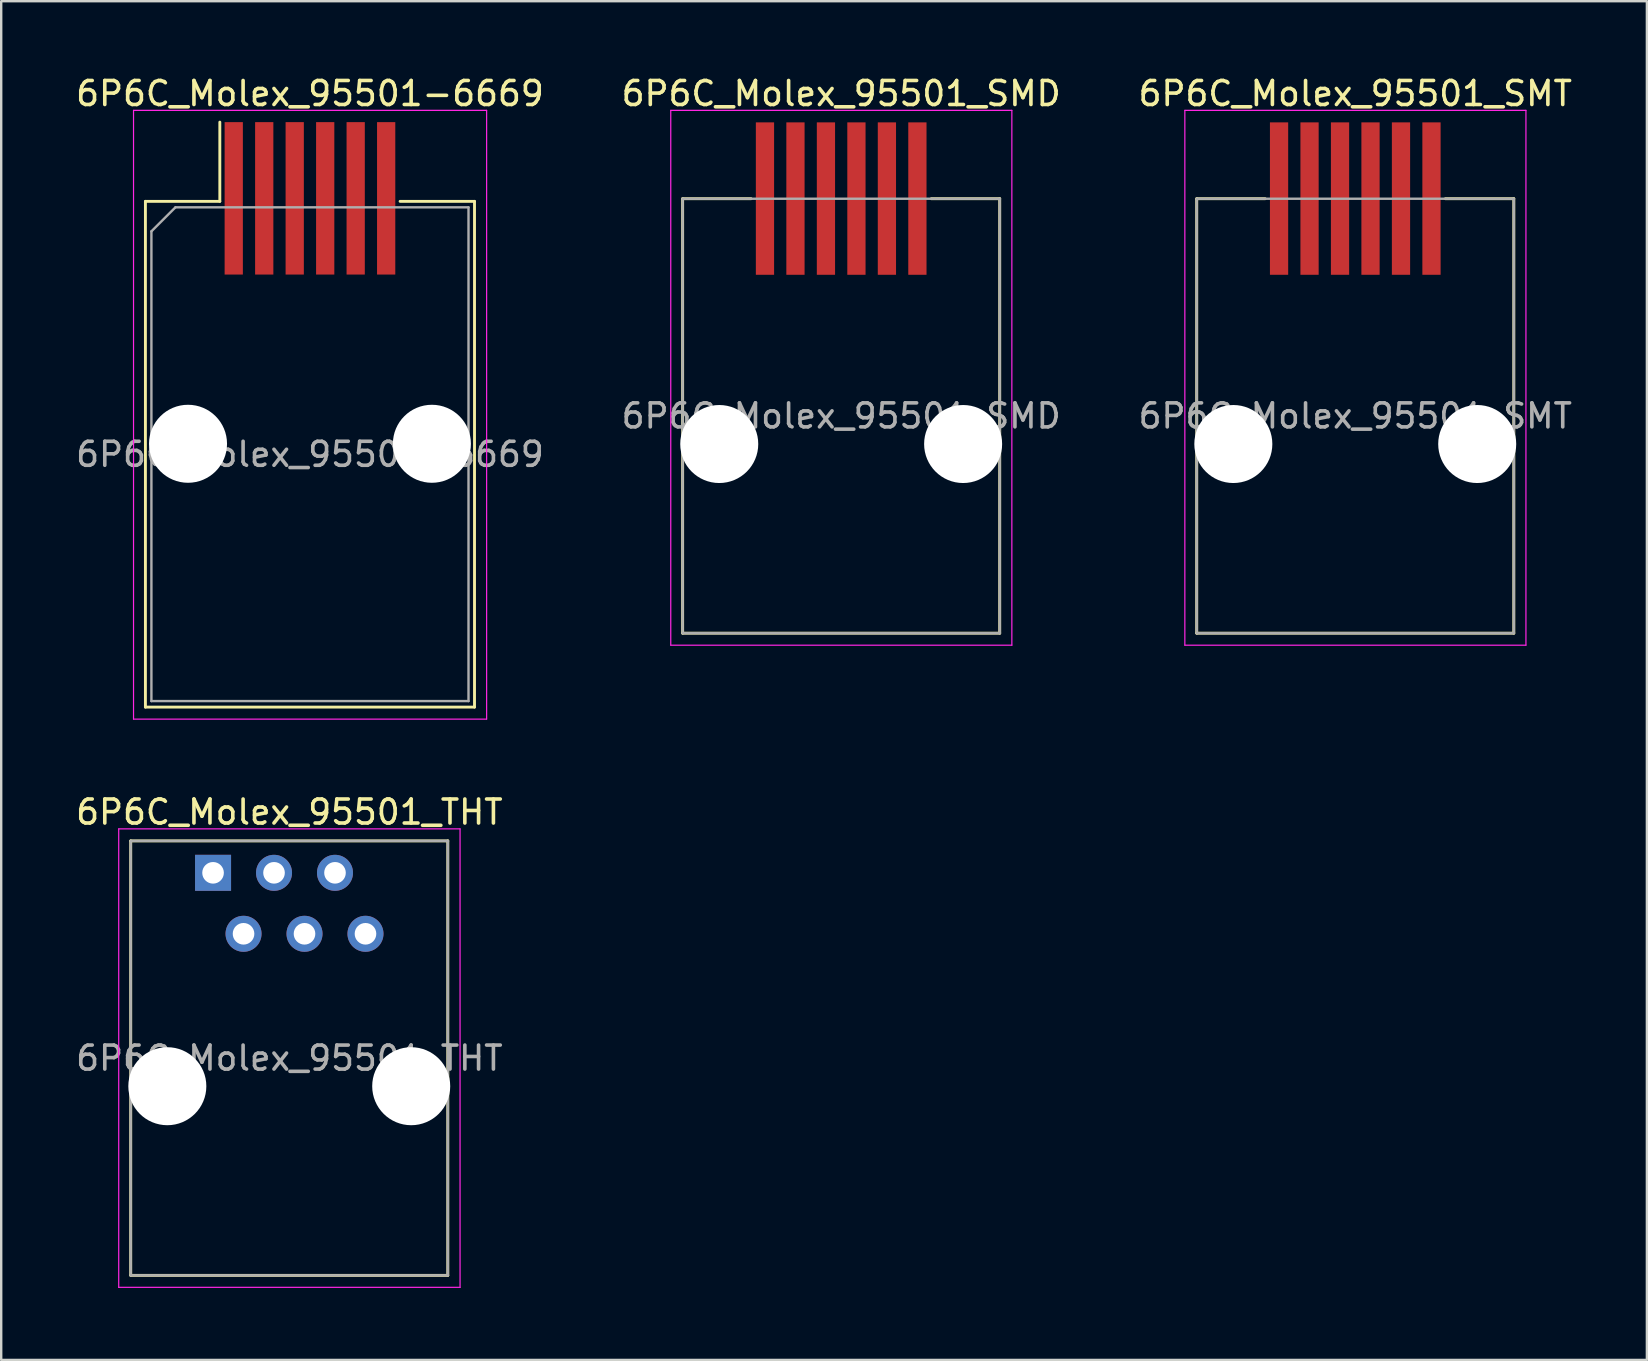
<source format=kicad_pcb>
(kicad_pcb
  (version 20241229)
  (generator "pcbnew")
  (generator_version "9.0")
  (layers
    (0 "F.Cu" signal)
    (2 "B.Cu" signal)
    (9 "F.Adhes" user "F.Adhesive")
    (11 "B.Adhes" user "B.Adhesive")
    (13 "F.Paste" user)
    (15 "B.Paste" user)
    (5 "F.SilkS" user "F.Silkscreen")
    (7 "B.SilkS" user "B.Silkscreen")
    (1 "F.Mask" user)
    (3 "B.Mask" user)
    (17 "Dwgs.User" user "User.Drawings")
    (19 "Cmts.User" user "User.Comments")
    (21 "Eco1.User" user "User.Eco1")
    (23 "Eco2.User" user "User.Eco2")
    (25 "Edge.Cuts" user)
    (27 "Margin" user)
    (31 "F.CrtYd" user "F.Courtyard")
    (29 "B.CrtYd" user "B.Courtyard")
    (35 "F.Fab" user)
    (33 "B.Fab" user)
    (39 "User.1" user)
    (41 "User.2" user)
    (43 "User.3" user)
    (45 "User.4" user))
  (footprint "6P6C_Molex_95501-6669"
    (layer "F.Cu")
    (at 9.863 15.438)
    (property "Reference" "6P6C_Molex_95501-6669" (at 0 -14.59 0) (layer "F.SilkS") (effects (font (size 1 1) (thickness 0.15))))
    (attr smd)
    (fp_line (start -6.855 -10.1) (end -6.855 10.97) (stroke (width 0.12) (type solid)) (layer "F.SilkS"))
    (fp_line (start -6.855 10.97) (end 6.855 10.97) (stroke (width 0.12) (type solid)) (layer "F.SilkS"))
    (fp_line (start -3.755 -13.4) (end -3.755 -10.1) (stroke (width 0.12) (type solid)) (layer "F.SilkS"))
    (fp_line (start -3.755 -10.1) (end -6.855 -10.1) (stroke (width 0.12) (type solid)) (layer "F.SilkS"))
    (fp_line (start 6.855 -10.1) (end 3.755 -10.1) (stroke (width 0.12) (type solid)) (layer "F.SilkS"))
    (fp_line (start 6.855 10.97) (end 6.855 -10.1) (stroke (width 0.12) (type solid)) (layer "F.SilkS"))
    (fp_line (start -7.35 -13.89) (end -7.35 11.47) (stroke (width 0.05) (type solid)) (layer "F.CrtYd"))
    (fp_line (start -7.35 11.47) (end 7.36 11.47) (stroke (width 0.05) (type solid)) (layer "F.CrtYd"))
    (fp_line (start 7.36 -13.89) (end -7.35 -13.89) (stroke (width 0.05) (type solid)) (layer "F.CrtYd"))
    (fp_line (start 7.36 11.47) (end 7.36 -13.89) (stroke (width 0.05) (type solid)) (layer "F.CrtYd"))
    (fp_line (start -6.605 -8.85) (end -6.605 10.72) (stroke (width 0.1) (type solid)) (layer "F.Fab"))
    (fp_line (start -6.605 10.72) (end 6.605 10.72) (stroke (width 0.1) (type solid)) (layer "F.Fab"))
    (fp_line (start -5.605 -9.85) (end -6.605 -8.85) (stroke (width 0.1) (type solid)) (layer "F.Fab"))
    (fp_line (start 6.605 -9.85) (end -5.605 -9.85) (stroke (width 0.1) (type solid)) (layer "F.Fab"))
    (fp_line (start 6.605 10.72) (end 6.605 -9.85) (stroke (width 0.1) (type solid)) (layer "F.Fab"))
    (fp_text user "${REFERENCE}" (at 0 0.44 0) (layer "F.Fab") (effects (font (size 1 1) (thickness 0.15))))
    (pad "" np_thru_hole circle (at -5.08 0) (size 3.25 3.25) (drill 3.25) (layers "*.Cu" "*.Mask"))
    (pad "" np_thru_hole circle (at 5.08 0) (size 3.25 3.25) (drill 3.25) (layers "*.Cu" "*.Mask"))
    (pad "1" smd rect (at -3.175 -10.225) (size 0.76 6.35) (layers "F.Cu" "F.Mask" "F.Paste"))
    (pad "2" smd rect (at -1.905 -10.225) (size 0.76 6.35) (layers "F.Cu" "F.Mask" "F.Paste"))
    (pad "3" smd rect (at -0.635 -10.225) (size 0.76 6.35) (layers "F.Cu" "F.Mask" "F.Paste"))
    (pad "4" smd rect (at 0.635 -10.225) (size 0.76 6.35) (layers "F.Cu" "F.Mask" "F.Paste"))
    (pad "5" smd rect (at 1.905 -10.225) (size 0.76 6.35) (layers "F.Cu" "F.Mask" "F.Paste"))
    (pad "6" smd rect (at 3.175 -10.225) (size 0.76 6.35) (layers "F.Cu" "F.Mask" "F.Paste")))
  (footprint "6P6C_Molex_95501_THT"
    (layer "F.Cu")
    (at 5.826 33.312)
    (property "Reference" "6P6C_Molex_95501_THT" (at 3.18 -2.53 0) (layer "F.SilkS") (effects (font (size 1 1) (thickness 0.15))))
    (attr through_hole)
    (fp_line (start -3.43 -1.33) (end -3.43 16.77) (stroke (width 0.12) (type solid)) (layer "F.SilkS"))
    (fp_line (start -3.43 16.77) (end 9.78 16.77) (stroke (width 0.12) (type solid)) (layer "F.SilkS"))
    (fp_line (start 9.78 -1.33) (end -3.43 -1.33) (stroke (width 0.12) (type solid)) (layer "F.SilkS"))
    (fp_line (start 9.78 16.77) (end 9.78 -1.33) (stroke (width 0.12) (type solid)) (layer "F.SilkS"))
    (fp_line (start -3.93 -1.83) (end -3.93 17.27) (stroke (width 0.05) (type solid)) (layer "F.CrtYd"))
    (fp_line (start -3.93 17.27) (end 10.29 17.27) (stroke (width 0.05) (type solid)) (layer "F.CrtYd"))
    (fp_line (start 10.29 -1.83) (end -3.93 -1.83) (stroke (width 0.05) (type solid)) (layer "F.CrtYd"))
    (fp_line (start 10.29 17.27) (end 10.29 -1.83) (stroke (width 0.05) (type solid)) (layer "F.CrtYd"))
    (fp_line (start -3.43 -1.33) (end -3.43 16.77) (stroke (width 0.1) (type solid)) (layer "F.Fab"))
    (fp_line (start -3.43 16.77) (end 9.78 16.77) (stroke (width 0.1) (type solid)) (layer "F.Fab"))
    (fp_line (start 9.78 -1.33) (end -3.43 -1.33) (stroke (width 0.1) (type solid)) (layer "F.Fab"))
    (fp_line (start 9.78 16.77) (end 9.78 -1.33) (stroke (width 0.1) (type solid)) (layer "F.Fab"))
    (fp_text user "${REFERENCE}" (at 3.18 7.72 0) (layer "F.Fab") (effects (font (size 1 1) (thickness 0.15))))
    (pad "" np_thru_hole circle (at -1.905 8.89) (size 3.25 3.25) (drill 3.25) (layers "*.Cu" "*.Mask"))
    (pad "" np_thru_hole circle (at 8.255 8.89) (size 3.25 3.25) (drill 3.25) (layers "*.Cu" "*.Mask"))
    (pad "1" thru_hole rect (at 0 0) (size 1.5 1.5) (drill 0.9) (layers "*.Cu" "*.Mask"))
    (pad "2" thru_hole circle (at 1.27 2.54) (size 1.5 1.5) (drill 0.9) (layers "*.Cu" "*.Mask"))
    (pad "3" thru_hole circle (at 2.54 0) (size 1.5 1.5) (drill 0.9) (layers "*.Cu" "*.Mask"))
    (pad "4" thru_hole circle (at 3.81 2.54) (size 1.5 1.5) (drill 0.9) (layers "*.Cu" "*.Mask"))
    (pad "5" thru_hole circle (at 5.08 0) (size 1.5 1.5) (drill 0.9) (layers "*.Cu" "*.Mask"))
    (pad "6" thru_hole circle (at 6.35 2.54) (size 1.5 1.5) (drill 0.9) (layers "*.Cu" "*.Mask")))
  (footprint "6P6C_Molex_95501_SMD"
    (layer "F.Cu")
    (at 31.994 12.688)
    (property "Reference" "6P6C_Molex_95501_SMD" (at 0 -11.84 0) (layer "F.SilkS") (effects (font (size 1 1) (thickness 0.15))))
    (attr smd)
    (fp_line (start -6.605 -7.46) (end -6.605 10.64) (stroke (width 0.12) (type solid)) (layer "F.SilkS"))
    (fp_line (start -6.605 10.64) (end 6.605 10.64) (stroke (width 0.12) (type solid)) (layer "F.SilkS"))
    (fp_line (start -3.755 -7.46) (end -6.605 -7.46) (stroke (width 0.12) (type solid)) (layer "F.SilkS"))
    (fp_line (start 6.605 -7.46) (end 3.755 -7.46) (stroke (width 0.12) (type solid)) (layer "F.SilkS"))
    (fp_line (start 6.605 10.64) (end 6.605 -7.46) (stroke (width 0.12) (type solid)) (layer "F.SilkS"))
    (fp_line (start -7.1 -11.14) (end -7.1 11.14) (stroke (width 0.05) (type solid)) (layer "F.CrtYd"))
    (fp_line (start -7.1 11.14) (end 7.11 11.14) (stroke (width 0.05) (type solid)) (layer "F.CrtYd"))
    (fp_line (start 7.11 -11.14) (end -7.1 -11.14) (stroke (width 0.05) (type solid)) (layer "F.CrtYd"))
    (fp_line (start 7.11 11.14) (end 7.11 -11.14) (stroke (width 0.05) (type solid)) (layer "F.CrtYd"))
    (fp_line (start -6.605 -7.46) (end -6.605 10.64) (stroke (width 0.1) (type solid)) (layer "F.Fab"))
    (fp_line (start -6.605 10.64) (end 6.605 10.64) (stroke (width 0.1) (type solid)) (layer "F.Fab"))
    (fp_line (start 6.605 -7.46) (end -6.605 -7.46) (stroke (width 0.1) (type solid)) (layer "F.Fab"))
    (fp_line (start 6.605 10.64) (end 6.605 -7.46) (stroke (width 0.1) (type solid)) (layer "F.Fab"))
    (fp_text user "${REFERENCE}" (at 0 1.59 0) (layer "F.Fab") (effects (font (size 1 1) (thickness 0.15))))
    (pad "" np_thru_hole circle (at -5.08 2.76) (size 3.25 3.25) (drill 3.25) (layers "*.Cu" "*.Mask"))
    (pad "" np_thru_hole circle (at 5.08 2.76) (size 3.25 3.25) (drill 3.25) (layers "*.Cu" "*.Mask"))
    (pad "1" smd rect (at -3.175 -7.465) (size 0.76 6.35) (layers "F.Cu" "F.Mask" "F.Paste"))
    (pad "2" smd rect (at -1.905 -7.465) (size 0.76 6.35) (layers "F.Cu" "F.Mask" "F.Paste"))
    (pad "3" smd rect (at -0.635 -7.465) (size 0.76 6.35) (layers "F.Cu" "F.Mask" "F.Paste"))
    (pad "4" smd rect (at 0.635 -7.465) (size 0.76 6.35) (layers "F.Cu" "F.Mask" "F.Paste"))
    (pad "5" smd rect (at 1.905 -7.465) (size 0.76 6.35) (layers "F.Cu" "F.Mask" "F.Paste"))
    (pad "6" smd rect (at 3.175 -7.465) (size 0.76 6.35) (layers "F.Cu" "F.Mask" "F.Paste")))
  (footprint "6P6C_Molex_95501_SMT"
    (layer "F.Cu")
    (at 53.411 12.688)
    (property "Reference" "6P6C_Molex_95501_SMT" (at 0 -11.84 0) (layer "F.SilkS") (effects (font (size 1 1) (thickness 0.15))))
    (attr smd)
    (fp_line (start -6.605 -7.46) (end -6.605 10.64) (stroke (width 0.12) (type solid)) (layer "F.SilkS"))
    (fp_line (start -6.605 10.64) (end 6.605 10.64) (stroke (width 0.12) (type solid)) (layer "F.SilkS"))
    (fp_line (start -3.755 -7.46) (end -6.605 -7.46) (stroke (width 0.12) (type solid)) (layer "F.SilkS"))
    (fp_line (start 6.605 -7.46) (end 3.755 -7.46) (stroke (width 0.12) (type solid)) (layer "F.SilkS"))
    (fp_line (start 6.605 10.64) (end 6.605 -7.46) (stroke (width 0.12) (type solid)) (layer "F.SilkS"))
    (fp_line (start -7.1 -11.14) (end -7.1 11.14) (stroke (width 0.05) (type solid)) (layer "F.CrtYd"))
    (fp_line (start -7.1 11.14) (end 7.11 11.14) (stroke (width 0.05) (type solid)) (layer "F.CrtYd"))
    (fp_line (start 7.11 -11.14) (end -7.1 -11.14) (stroke (width 0.05) (type solid)) (layer "F.CrtYd"))
    (fp_line (start 7.11 11.14) (end 7.11 -11.14) (stroke (width 0.05) (type solid)) (layer "F.CrtYd"))
    (fp_line (start -6.605 -7.46) (end -6.605 10.64) (stroke (width 0.1) (type solid)) (layer "F.Fab"))
    (fp_line (start -6.605 10.64) (end 6.605 10.64) (stroke (width 0.1) (type solid)) (layer "F.Fab"))
    (fp_line (start 6.605 -7.46) (end -6.605 -7.46) (stroke (width 0.1) (type solid)) (layer "F.Fab"))
    (fp_line (start 6.605 10.64) (end 6.605 -7.46) (stroke (width 0.1) (type solid)) (layer "F.Fab"))
    (fp_text user "${REFERENCE}" (at 0 1.59 0) (layer "F.Fab") (effects (font (size 1 1) (thickness 0.15))))
    (pad "" np_thru_hole circle (at -5.08 2.76) (size 3.25 3.25) (drill 3.25) (layers "*.Cu" "*.Mask"))
    (pad "" np_thru_hole circle (at 5.08 2.76) (size 3.25 3.25) (drill 3.25) (layers "*.Cu" "*.Mask"))
    (pad "1" smd rect (at -3.175 -7.465) (size 0.76 6.35) (layers "F.Cu" "F.Mask" "F.Paste"))
    (pad "2" smd rect (at -1.905 -7.465) (size 0.76 6.35) (layers "F.Cu" "F.Mask" "F.Paste"))
    (pad "3" smd rect (at -0.635 -7.465) (size 0.76 6.35) (layers "F.Cu" "F.Mask" "F.Paste"))
    (pad "4" smd rect (at 0.635 -7.465) (size 0.76 6.35) (layers "F.Cu" "F.Mask" "F.Paste"))
    (pad "5" smd rect (at 1.905 -7.465) (size 0.76 6.35) (layers "F.Cu" "F.Mask" "F.Paste"))
    (pad "6" smd rect (at 3.175 -7.465) (size 0.76 6.35) (layers "F.Cu" "F.Mask" "F.Paste")))
  (gr_rect
    (start -3 -3)
    (end 65.56 53.606)
    (stroke (width 0.1) (type default))
    (fill no)
    (layer "Edge.Cuts")))
</source>
